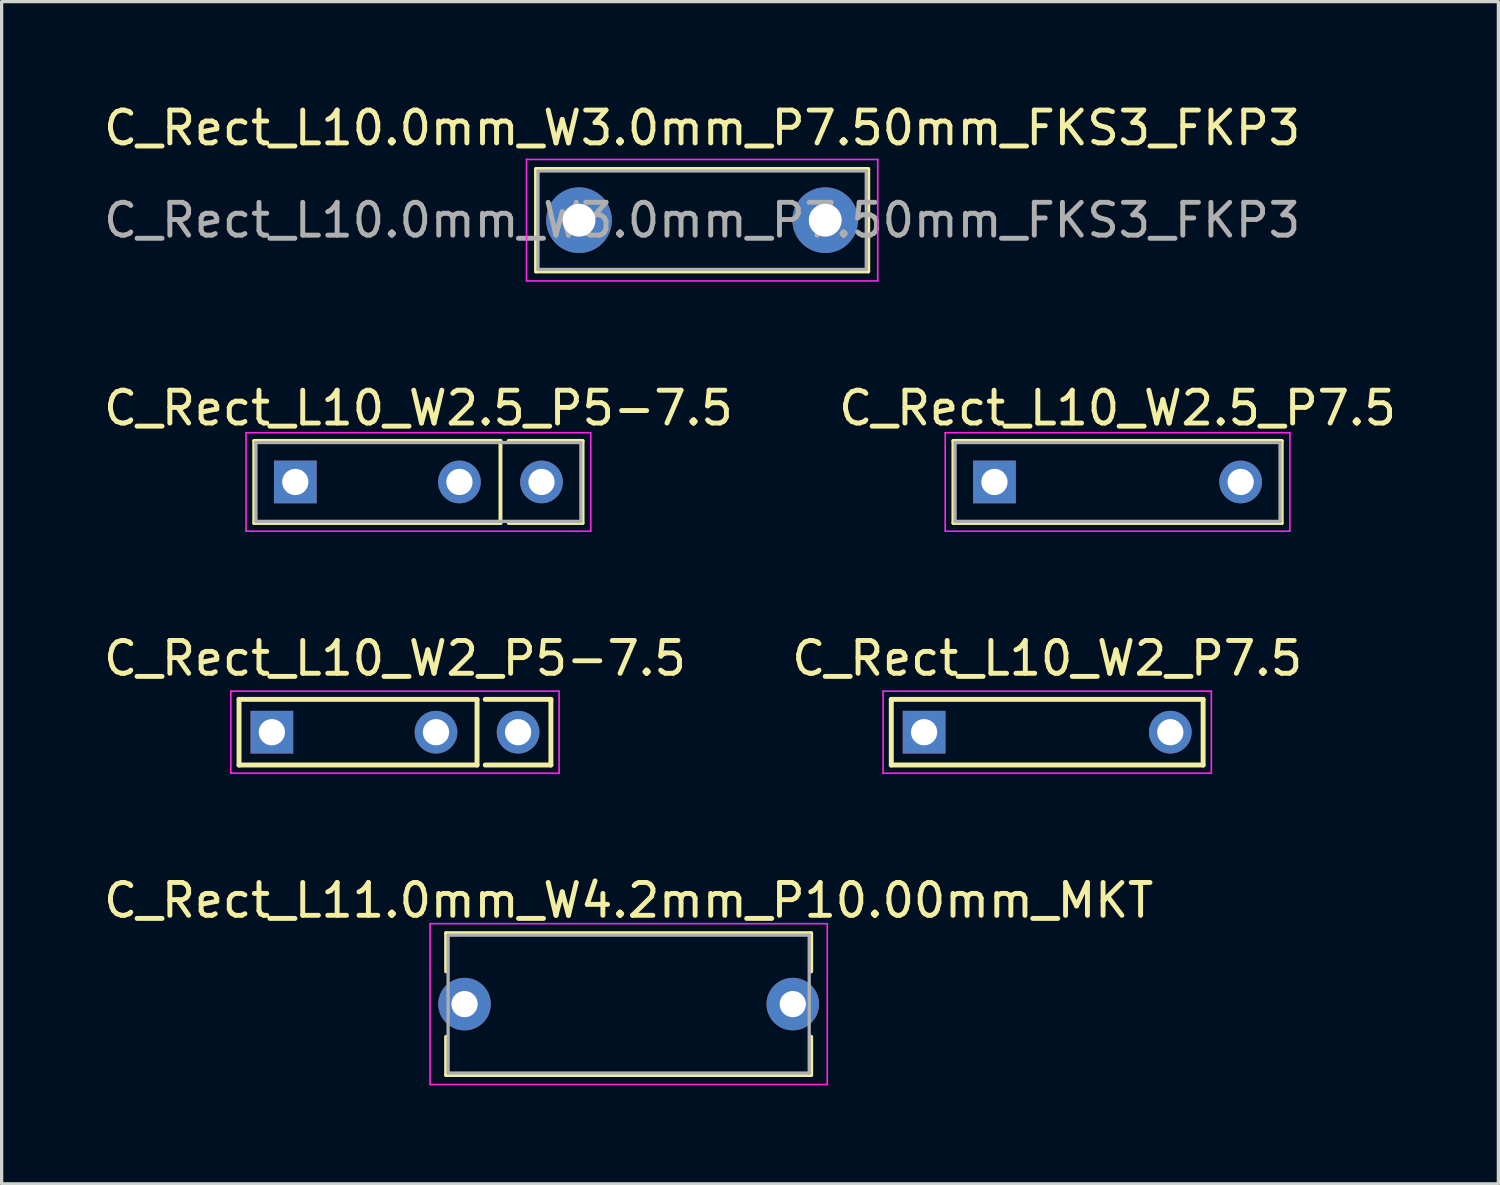
<source format=kicad_pcb>
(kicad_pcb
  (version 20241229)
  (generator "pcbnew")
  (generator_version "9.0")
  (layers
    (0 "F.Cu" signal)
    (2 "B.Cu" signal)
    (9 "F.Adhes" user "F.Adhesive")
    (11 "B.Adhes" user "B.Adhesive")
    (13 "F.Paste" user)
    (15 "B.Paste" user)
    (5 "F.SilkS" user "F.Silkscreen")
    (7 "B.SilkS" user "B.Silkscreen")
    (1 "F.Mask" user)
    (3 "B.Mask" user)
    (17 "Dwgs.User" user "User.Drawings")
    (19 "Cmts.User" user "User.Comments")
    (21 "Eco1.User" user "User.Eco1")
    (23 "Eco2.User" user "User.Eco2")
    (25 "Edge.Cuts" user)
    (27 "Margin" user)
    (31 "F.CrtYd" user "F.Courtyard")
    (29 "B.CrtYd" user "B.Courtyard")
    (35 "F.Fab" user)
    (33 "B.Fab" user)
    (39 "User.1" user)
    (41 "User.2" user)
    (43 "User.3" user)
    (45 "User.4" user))
  (footprint "C_Rect_L11.0mm_W4.2mm_P10.00mm_MKT"
    (layer "F.Cu")
    (at 11.101 27.538)
    (property "Reference" "C_Rect_L11.0mm_W4.2mm_P10.00mm_MKT" (at 5 -3.16 0) (layer "F.SilkS") (effects (font (size 1 1) (thickness 0.15))))
    (attr through_hole)
    (fp_line (start -0.56 -2.16) (end -0.56 -0.996) (stroke (width 0.12) (type solid)) (layer "F.SilkS"))
    (fp_line (start -0.56 -2.16) (end 10.56 -2.16) (stroke (width 0.12) (type solid)) (layer "F.SilkS"))
    (fp_line (start -0.56 0.996) (end -0.56 2.16) (stroke (width 0.12) (type solid)) (layer "F.SilkS"))
    (fp_line (start -0.56 2.16) (end 10.56 2.16) (stroke (width 0.12) (type solid)) (layer "F.SilkS"))
    (fp_line (start 10.56 -2.16) (end 10.56 -0.996) (stroke (width 0.12) (type solid)) (layer "F.SilkS"))
    (fp_line (start 10.56 0.996) (end 10.56 2.16) (stroke (width 0.12) (type solid)) (layer "F.SilkS"))
    (fp_line (start -1.05 -2.45) (end -1.05 2.45) (stroke (width 0.05) (type solid)) (layer "F.CrtYd"))
    (fp_line (start -1.05 2.45) (end 11.05 2.45) (stroke (width 0.05) (type solid)) (layer "F.CrtYd"))
    (fp_line (start 11.05 -2.45) (end -1.05 -2.45) (stroke (width 0.05) (type solid)) (layer "F.CrtYd"))
    (fp_line (start 11.05 2.45) (end 11.05 -2.45) (stroke (width 0.05) (type solid)) (layer "F.CrtYd"))
    (fp_line (start -0.5 -2.1) (end -0.5 2.1) (stroke (width 0.1) (type solid)) (layer "F.Fab"))
    (fp_line (start -0.5 2.1) (end 10.5 2.1) (stroke (width 0.1) (type solid)) (layer "F.Fab"))
    (fp_line (start 10.5 -2.1) (end -0.5 -2.1) (stroke (width 0.1) (type solid)) (layer "F.Fab"))
    (fp_line (start 10.5 2.1) (end 10.5 -2.1) (stroke (width 0.1) (type solid)) (layer "F.Fab"))
    (pad "1" thru_hole circle (at 0 0) (size 1.6 1.6) (drill 0.8) (layers "*.Cu" "*.Mask"))
    (pad "2" thru_hole circle (at 10 0) (size 1.6 1.6) (drill 0.8) (layers "*.Cu" "*.Mask")))
  (footprint "C_Rect_L10_W2.5_P5-7.5"
    (layer "F.Cu")
    (at 5.946 11.632)
    (property "Reference" "C_Rect_L10_W2.5_P5-7.5" (at 3.75 -2.25 0) (layer "F.SilkS") (effects (font (size 1 1) (thickness 0.15))))
    (attr through_hole)
    (fp_line (start -1.25 -1.25) (end 6.25 -1.25) (stroke (width 0.12) (type solid)) (layer "F.SilkS"))
    (fp_line (start -1.25 1.25) (end -1.25 -1.25) (stroke (width 0.12) (type solid)) (layer "F.SilkS"))
    (fp_line (start 6.25 -1.25) (end 6.25 1.25) (stroke (width 0.12) (type solid)) (layer "F.SilkS"))
    (fp_line (start 6.25 1.25) (end -1.25 1.25) (stroke (width 0.12) (type solid)) (layer "F.SilkS"))
    (fp_line (start 6.5 -1.25) (end 8.75 -1.25) (stroke (width 0.12) (type solid)) (layer "F.SilkS"))
    (fp_line (start 6.5 1.25) (end 8.75 1.25) (stroke (width 0.12) (type solid)) (layer "F.SilkS"))
    (fp_line (start 8.75 -1.25) (end 8.75 1.25) (stroke (width 0.12) (type solid)) (layer "F.SilkS"))
    (fp_line (start -1.5 -1.5) (end 9 -1.5) (stroke (width 0.05) (type solid)) (layer "F.CrtYd"))
    (fp_line (start -1.5 1.5) (end -1.5 -1.5) (stroke (width 0.05) (type solid)) (layer "F.CrtYd"))
    (fp_line (start 9 -1.5) (end 9 1.5) (stroke (width 0.05) (type solid)) (layer "F.CrtYd"))
    (fp_line (start 9 1.5) (end -1.5 1.5) (stroke (width 0.05) (type solid)) (layer "F.CrtYd"))
    (fp_line (start -1.2 -1.2) (end 8.7 -1.2) (stroke (width 0.1) (type solid)) (layer "F.Fab"))
    (fp_line (start -1.2 1.2) (end -1.2 -1.2) (stroke (width 0.1) (type solid)) (layer "F.Fab"))
    (fp_line (start 8.7 -1.2) (end 8.7 1.2) (stroke (width 0.1) (type solid)) (layer "F.Fab"))
    (fp_line (start 8.7 1.2) (end -1.2 1.2) (stroke (width 0.1) (type solid)) (layer "F.Fab"))
    (pad "1" thru_hole rect (at 0 0) (size 1.3 1.3) (drill 0.8) (layers "*.Cu" "*.Mask"))
    (pad "2" thru_hole circle (at 5 0) (size 1.3 1.3) (drill 0.8) (layers "*.Cu" "*.Mask"))
    (pad "2" thru_hole circle (at 7.5 0) (size 1.3 1.3) (drill 0.8) (layers "*.Cu" "*.Mask")))
  (footprint "C_Rect_L10.0mm_W3.0mm_P7.50mm_FKS3_FKP3"
    (layer "F.Cu")
    (at 14.589 3.658)
    (property "Reference" "C_Rect_L10.0mm_W3.0mm_P7.50mm_FKS3_FKP3" (at 3.75 -2.81 0) (layer "F.SilkS") (effects (font (size 1 1) (thickness 0.15))))
    (attr through_hole)
    (fp_line (start -1.31 -1.56) (end -1.31 1.56) (stroke (width 0.12) (type solid)) (layer "F.SilkS"))
    (fp_line (start -1.31 -1.56) (end 8.81 -1.56) (stroke (width 0.12) (type solid)) (layer "F.SilkS"))
    (fp_line (start -1.31 1.56) (end 8.81 1.56) (stroke (width 0.12) (type solid)) (layer "F.SilkS"))
    (fp_line (start 8.81 -1.56) (end 8.81 1.56) (stroke (width 0.12) (type solid)) (layer "F.SilkS"))
    (fp_line (start -1.6 -1.85) (end -1.6 1.85) (stroke (width 0.05) (type solid)) (layer "F.CrtYd"))
    (fp_line (start -1.6 1.85) (end 9.1 1.85) (stroke (width 0.05) (type solid)) (layer "F.CrtYd"))
    (fp_line (start 9.1 -1.85) (end -1.6 -1.85) (stroke (width 0.05) (type solid)) (layer "F.CrtYd"))
    (fp_line (start 9.1 1.85) (end 9.1 -1.85) (stroke (width 0.05) (type solid)) (layer "F.CrtYd"))
    (fp_line (start -1.25 -1.5) (end -1.25 1.5) (stroke (width 0.1) (type solid)) (layer "F.Fab"))
    (fp_line (start -1.25 1.5) (end 8.75 1.5) (stroke (width 0.1) (type solid)) (layer "F.Fab"))
    (fp_line (start 8.75 -1.5) (end -1.25 -1.5) (stroke (width 0.1) (type solid)) (layer "F.Fab"))
    (fp_line (start 8.75 1.5) (end 8.75 -1.5) (stroke (width 0.1) (type solid)) (layer "F.Fab"))
    (fp_text user "${REFERENCE}" (at 3.75 0 0) (layer "F.Fab") (effects (font (size 1 1) (thickness 0.15))))
    (pad "1" thru_hole circle (at 0 0) (size 2 2) (drill 1) (layers "*.Cu" "*.Mask"))
    (pad "2" thru_hole circle (at 7.5 0) (size 2 2) (drill 1) (layers "*.Cu" "*.Mask")))
  (footprint "C_Rect_L10_W2_P7.5"
    (layer "F.Cu")
    (at 25.101 19.255)
    (property "Reference" "C_Rect_L10_W2_P7.5" (at 3.75 -2.25 0) (layer "F.SilkS") (effects (font (size 1 1) (thickness 0.15))))
    (attr through_hole)
    (fp_line (start -1 -1) (end 8.5 -1) (stroke (width 0.15) (type solid)) (layer "F.SilkS"))
    (fp_line (start -1 1) (end -1 -1) (stroke (width 0.15) (type solid)) (layer "F.SilkS"))
    (fp_line (start 8.5 -1) (end 8.5 1) (stroke (width 0.15) (type solid)) (layer "F.SilkS"))
    (fp_line (start 8.5 1) (end -1 1) (stroke (width 0.15) (type solid)) (layer "F.SilkS"))
    (fp_line (start -1.25 -1.25) (end 8.75 -1.25) (stroke (width 0.05) (type solid)) (layer "F.CrtYd"))
    (fp_line (start -1.25 1.25) (end -1.25 -1.25) (stroke (width 0.05) (type solid)) (layer "F.CrtYd"))
    (fp_line (start 8.75 -1.25) (end 8.75 1.25) (stroke (width 0.05) (type solid)) (layer "F.CrtYd"))
    (fp_line (start 8.75 1.25) (end -1.25 1.25) (stroke (width 0.05) (type solid)) (layer "F.CrtYd"))
    (pad "1" thru_hole rect (at 0 0) (size 1.3 1.3) (drill 0.8) (layers "*.Cu" "*.Mask"))
    (pad "2" thru_hole circle (at 7.5 0) (size 1.3 1.3) (drill 0.8) (layers "*.Cu" "*.Mask")))
  (footprint "C_Rect_L10_W2_P5-7.5"
    (layer "F.Cu")
    (at 5.232 19.255)
    (property "Reference" "C_Rect_L10_W2_P5-7.5" (at 3.75 -2.25 0) (layer "F.SilkS") (effects (font (size 1 1) (thickness 0.15))))
    (attr through_hole)
    (fp_line (start -1 -1) (end 6.25 -1) (stroke (width 0.15) (type solid)) (layer "F.SilkS"))
    (fp_line (start -1 1) (end -1 -1) (stroke (width 0.15) (type solid)) (layer "F.SilkS"))
    (fp_line (start 6.25 -1) (end 6.25 1) (stroke (width 0.15) (type solid)) (layer "F.SilkS"))
    (fp_line (start 6.25 1) (end -1 1) (stroke (width 0.15) (type solid)) (layer "F.SilkS"))
    (fp_line (start 6.5 -1) (end 8.5 -1) (stroke (width 0.15) (type solid)) (layer "F.SilkS"))
    (fp_line (start 6.5 1) (end 8.5 1) (stroke (width 0.15) (type solid)) (layer "F.SilkS"))
    (fp_line (start 8.5 -1) (end 8.5 1) (stroke (width 0.15) (type solid)) (layer "F.SilkS"))
    (fp_line (start -1.25 -1.25) (end 8.75 -1.25) (stroke (width 0.05) (type solid)) (layer "F.CrtYd"))
    (fp_line (start -1.25 1.25) (end -1.25 -1.25) (stroke (width 0.05) (type solid)) (layer "F.CrtYd"))
    (fp_line (start 8.75 -1.25) (end 8.75 1.25) (stroke (width 0.05) (type solid)) (layer "F.CrtYd"))
    (fp_line (start 8.75 1.25) (end -1.25 1.25) (stroke (width 0.05) (type solid)) (layer "F.CrtYd"))
    (pad "1" thru_hole rect (at 0 0) (size 1.3 1.3) (drill 0.8) (layers "*.Cu" "*.Mask"))
    (pad "2" thru_hole circle (at 5 0) (size 1.3 1.3) (drill 0.8) (layers "*.Cu" "*.Mask"))
    (pad "2" thru_hole circle (at 7.5 0) (size 1.3 1.3) (drill 0.8) (layers "*.Cu" "*.Mask")))
  (footprint "C_Rect_L10_W2.5_P7.5"
    (layer "F.Cu")
    (at 27.244 11.632)
    (property "Reference" "C_Rect_L10_W2.5_P7.5" (at 3.75 -2.25 0) (layer "F.SilkS") (effects (font (size 1 1) (thickness 0.15))))
    (attr through_hole)
    (fp_line (start -1.25 -1.25) (end 8.75 -1.25) (stroke (width 0.12) (type solid)) (layer "F.SilkS"))
    (fp_line (start -1.25 1.25) (end -1.25 -1.25) (stroke (width 0.12) (type solid)) (layer "F.SilkS"))
    (fp_line (start 8.75 -1.25) (end 8.75 1.25) (stroke (width 0.12) (type solid)) (layer "F.SilkS"))
    (fp_line (start 8.75 1.25) (end -1.25 1.25) (stroke (width 0.12) (type solid)) (layer "F.SilkS"))
    (fp_line (start -1.5 -1.5) (end 9 -1.5) (stroke (width 0.05) (type solid)) (layer "F.CrtYd"))
    (fp_line (start -1.5 1.5) (end -1.5 -1.5) (stroke (width 0.05) (type solid)) (layer "F.CrtYd"))
    (fp_line (start 9 -1.5) (end 9 1.5) (stroke (width 0.05) (type solid)) (layer "F.CrtYd"))
    (fp_line (start 9 1.5) (end -1.5 1.5) (stroke (width 0.05) (type solid)) (layer "F.CrtYd"))
    (fp_line (start -1.2 -1.2) (end 8.7 -1.2) (stroke (width 0.1) (type solid)) (layer "F.Fab"))
    (fp_line (start -1.2 1.2) (end -1.2 -1.2) (stroke (width 0.1) (type solid)) (layer "F.Fab"))
    (fp_line (start 8.7 -1.2) (end 8.7 1.2) (stroke (width 0.1) (type solid)) (layer "F.Fab"))
    (fp_line (start 8.7 1.2) (end -1.2 1.2) (stroke (width 0.1) (type solid)) (layer "F.Fab"))
    (pad "1" thru_hole rect (at 0 0) (size 1.3 1.3) (drill 0.8) (layers "*.Cu" "*.Mask"))
    (pad "2" thru_hole circle (at 7.5 0) (size 1.3 1.3) (drill 0.8) (layers "*.Cu" "*.Mask")))
  (gr_rect
    (start -3 -3)
    (end 42.595 33.013)
    (stroke (width 0.1) (type default))
    (fill no)
    (layer "Edge.Cuts")))
</source>
